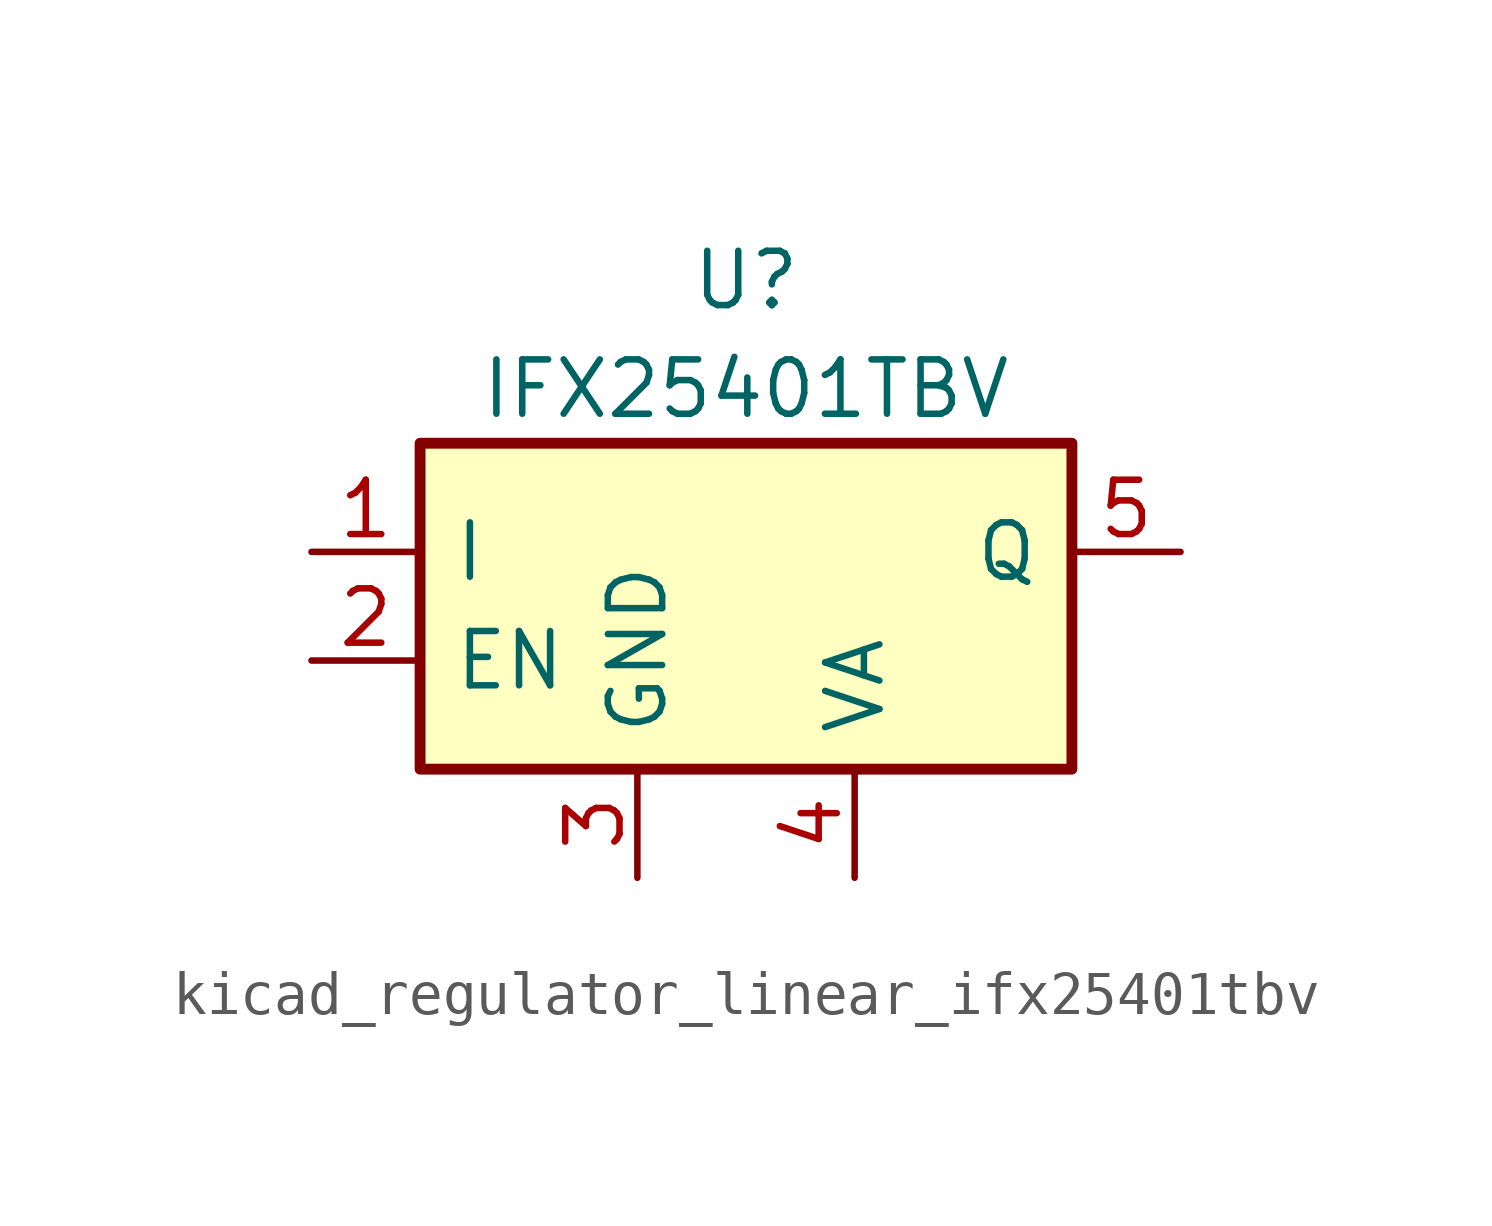
<source format=kicad_sym>
(kicad_symbol_lib
  (version 20220914)
  (generator kicad_symbol_editor)
  (symbol "kicad_regulator_linear_ifx25401tbv"
    (pin_names
      (offset 0.762))
    (property "Reference" "U"
      (at 0 6.35 0)
      (effects (font (size 1.27 1.27))))
    (property "Value" "IFX25401TBV"
      (at 0 3.81 0)
      (effects (font (size 1.27 1.27))))
    (symbol "kicad_regulator_linear_ifx25401tbv_0_1"
      (rectangle (start -7.62 2.54) (end 7.62 -5.08) (stroke (width 0.254) (type default)) (fill (type background))))
    (symbol "kicad_regulator_linear_ifx25401tbv_1_1"
      (pin power_in line (at -10.16 0 0) (length 2.54) (name "I" (effects (font (size 1.27 1.27)))) (number "1" (effects (font (size 1.27 1.27)))))
      (pin input line (at -10.16 -2.54 0) (length 2.54) (name "EN" (effects (font (size 1.27 1.27)))) (number "2" (effects (font (size 1.27 1.27)))))
      (pin power_in line (at -2.54 -7.62 90) (length 2.54) (name "GND" (effects (font (size 1.27 1.27)))) (number "3" (effects (font (size 1.27 1.27)))))
      (pin input line (at 2.54 -7.62 90) (length 2.54) (name "VA" (effects (font (size 1.27 1.27)))) (number "4" (effects (font (size 1.27 1.27)))))
      (pin power_out line (at 10.16 0 180) (length 2.54) (name "Q" (effects (font (size 1.27 1.27)))) (number "5" (effects (font (size 1.27 1.27))))))))
</source>
